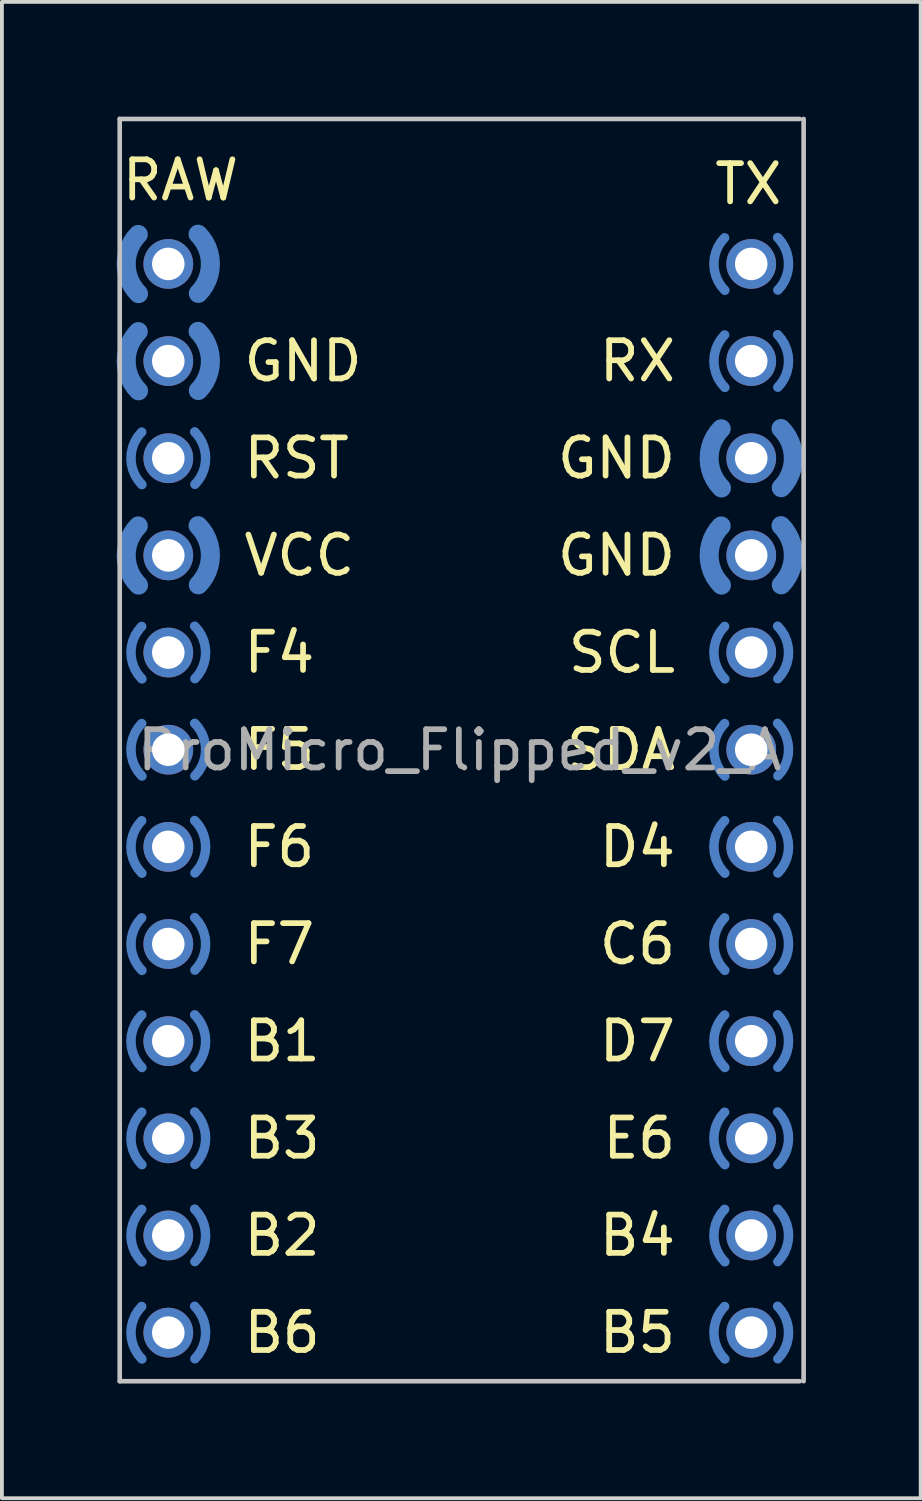
<source format=kicad_pcb>
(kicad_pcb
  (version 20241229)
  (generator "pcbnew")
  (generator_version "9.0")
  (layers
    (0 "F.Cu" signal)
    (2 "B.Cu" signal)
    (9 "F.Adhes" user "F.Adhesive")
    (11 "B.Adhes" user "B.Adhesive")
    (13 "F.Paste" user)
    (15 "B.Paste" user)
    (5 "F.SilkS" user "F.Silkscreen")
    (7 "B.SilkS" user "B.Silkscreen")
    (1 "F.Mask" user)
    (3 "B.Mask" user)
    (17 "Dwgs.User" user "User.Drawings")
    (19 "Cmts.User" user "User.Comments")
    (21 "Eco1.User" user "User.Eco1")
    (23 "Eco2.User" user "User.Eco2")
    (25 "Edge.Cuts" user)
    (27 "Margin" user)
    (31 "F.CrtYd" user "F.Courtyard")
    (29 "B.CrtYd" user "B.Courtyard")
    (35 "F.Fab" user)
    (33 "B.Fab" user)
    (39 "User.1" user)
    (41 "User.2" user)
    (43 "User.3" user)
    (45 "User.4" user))
  (footprint "ProMicro_Flipped_v2_A"
    (layer "F.Cu")
    (at 8.97 16.56)
    (property "Reference" "ProMicro_Flipped_v2_A" (at 0 0 0) (layer "F.Fab") (effects (font (size 1 1) (thickness 0.15))))
    (attr through_hole)
    (fp_line (start -8.89 -16.5) (end 8.89 -16.5) (stroke (width 0.12) (type solid)) (layer "Dwgs.User"))
    (fp_line (start -8.89 16.5) (end -8.89 -16.5) (stroke (width 0.12) (type solid)) (layer "Dwgs.User"))
    (fp_line (start 8.89 16.5) (end -8.89 16.5) (stroke (width 0.12) (type solid)) (layer "Dwgs.User"))
    (fp_line (start 8.99 16.5) (end 8.99 -16.5) (stroke (width 0.12) (type solid)) (layer "Dwgs.User"))
    (fp_text user "B2" (at -5.72 12.69 0) (layer "F.SilkS") (effects (font (size 1 1) (thickness 0.15)) (justify left)))
    (fp_text user "B5" (at 5.72 15.23 0) (layer "F.SilkS") (effects (font (size 1 1) (thickness 0.15)) (justify right)))
    (fp_text user "SCL" (at 5.72 -2.55 0) (layer "F.SilkS") (effects (font (size 1 1) (thickness 0.15)) (justify right)))
    (fp_text user "GND" (at 5.72 -5.09 0) (layer "F.SilkS") (effects (font (size 1 1) (thickness 0.15)) (justify right)))
    (fp_text user "SDA" (at 5.72 -0.01 0) (layer "F.SilkS") (effects (font (size 1 1) (thickness 0.15)) (justify right)))
    (fp_text user "E6" (at 5.72 10.15 0) (layer "F.SilkS") (effects (font (size 1 1) (thickness 0.15)) (justify right)))
    (fp_text user "B1" (at -5.72 7.61 0) (layer "F.SilkS") (effects (font (size 1 1) (thickness 0.15)) (justify left)))
    (fp_text user "F4" (at -5.72 -2.55 0) (layer "F.SilkS") (effects (font (size 1 1) (thickness 0.15)) (justify left)))
    (fp_text user "TX" (at 8.5 -14.8 0) (layer "F.SilkS") (effects (font (size 1 1) (thickness 0.15)) (justify right)))
    (fp_text user "RAW" (at -8.9 -14.9 0) (layer "F.SilkS") (effects (font (size 1 1) (thickness 0.15)) (justify left)))
    (fp_text user "GND" (at -5.72 -10.17 0) (layer "F.SilkS") (effects (font (size 1 1) (thickness 0.15)) (justify left)))
    (fp_text user "RX" (at 5.72 -10.17 0) (layer "F.SilkS") (effects (font (size 1 1) (thickness 0.15)) (justify right)))
    (fp_text user "RST" (at -5.72 -7.63 0) (layer "F.SilkS") (effects (font (size 1 1) (thickness 0.15)) (justify left)))
    (fp_text user "F5" (at -5.72 -0.01 0) (layer "F.SilkS") (effects (font (size 1 1) (thickness 0.15)) (justify left)))
    (fp_text user "GND" (at 5.72 -7.63 0) (layer "F.SilkS") (effects (font (size 1 1) (thickness 0.15)) (justify right)))
    (fp_text user "VCC" (at -5.72 -5.09 0) (layer "F.SilkS") (effects (font (size 1 1) (thickness 0.15)) (justify left)))
    (fp_text user "B6" (at -5.72 15.23 0) (layer "F.SilkS") (effects (font (size 1 1) (thickness 0.15)) (justify left)))
    (fp_text user "F6" (at -5.72 2.53 0) (layer "F.SilkS") (effects (font (size 1 1) (thickness 0.15)) (justify left)))
    (fp_text user "D7" (at 5.72 7.61 0) (layer "F.SilkS") (effects (font (size 1 1) (thickness 0.15)) (justify right)))
    (fp_text user "B3" (at -5.72 10.15 0) (layer "F.SilkS") (effects (font (size 1 1) (thickness 0.15)) (justify left)))
    (fp_text user "F7" (at -5.72 5.07 0) (layer "F.SilkS") (effects (font (size 1 1) (thickness 0.15)) (justify left)))
    (fp_text user "C6" (at 5.72 5.07 0) (layer "F.SilkS") (effects (font (size 1 1) (thickness 0.15)) (justify right)))
    (fp_text user "B4" (at 5.72 12.69 0) (layer "F.SilkS") (effects (font (size 1 1) (thickness 0.15)) (justify right)))
    (fp_text user "D4" (at 5.72 2.53 0) (layer "F.SilkS") (effects (font (size 1 1) (thickness 0.15)) (justify right)))
    (pad "" thru_hole circle (at -7.62 -12.71) (size 1.3 1.3) (drill 0.85) (layers "*.Cu" "*.Mask"))
    (pad "" thru_hole circle (at -7.62 -10.17) (size 1.3 1.3) (drill 0.85) (layers "*.Cu" "*.Mask"))
    (pad "" thru_hole circle (at -7.62 -7.63) (size 1.3 1.3) (drill 0.85) (layers "*.Cu" "*.Mask"))
    (pad "" thru_hole circle (at -7.62 -5.09) (size 1.3 1.3) (drill 0.85) (layers "*.Cu" "*.Mask"))
    (pad "" thru_hole circle (at -7.62 -2.55) (size 1.3 1.3) (drill 0.85) (layers "*.Cu" "*.Mask"))
    (pad "" thru_hole circle (at -7.62 -0.01) (size 1.3 1.3) (drill 0.85) (layers "*.Cu" "*.Mask"))
    (pad "" thru_hole circle (at -7.62 2.53) (size 1.3 1.3) (drill 0.85) (layers "*.Cu" "*.Mask"))
    (pad "" thru_hole circle (at -7.62 5.07) (size 1.3 1.3) (drill 0.85) (layers "*.Cu" "*.Mask"))
    (pad "" thru_hole circle (at -7.62 7.61) (size 1.3 1.3) (drill 0.85) (layers "*.Cu" "*.Mask"))
    (pad "" thru_hole circle (at -7.62 10.15) (size 1.3 1.3) (drill 0.85) (layers "*.Cu" "*.Mask"))
    (pad "" thru_hole circle (at -7.62 12.69) (size 1.3 1.3) (drill 0.85) (layers "*.Cu" "*.Mask"))
    (pad "" thru_hole circle (at -7.62 15.23) (size 1.3 1.3) (drill 0.85) (layers "*.Cu" "*.Mask"))
    (pad "" thru_hole circle (at 7.62 -12.71) (size 1.3 1.3) (drill 0.85) (layers "*.Cu" "*.Mask"))
    (pad "" thru_hole circle (at 7.62 -10.17) (size 1.3 1.3) (drill 0.85) (layers "*.Cu" "*.Mask"))
    (pad "" thru_hole circle (at 7.62 -7.63) (size 1.3 1.3) (drill 0.85) (layers "*.Cu" "*.Mask"))
    (pad "" thru_hole circle (at 7.62 -5.09) (size 1.3 1.3) (drill 0.85) (layers "*.Cu" "*.Mask"))
    (pad "" thru_hole circle (at 7.62 -2.55) (size 1.3 1.3) (drill 0.85) (layers "*.Cu" "*.Mask"))
    (pad "" thru_hole circle (at 7.62 -0.01) (size 1.3 1.3) (drill 0.85) (layers "*.Cu" "*.Mask"))
    (pad "" thru_hole circle (at 7.62 2.53) (size 1.3 1.3) (drill 0.85) (layers "*.Cu" "*.Mask"))
    (pad "" thru_hole circle (at 7.62 5.07) (size 1.3 1.3) (drill 0.85) (layers "*.Cu" "*.Mask"))
    (pad "" thru_hole circle (at 7.62 7.61) (size 1.3 1.3) (drill 0.85) (layers "*.Cu" "*.Mask"))
    (pad "" thru_hole circle (at 7.62 10.15) (size 1.3 1.3) (drill 0.85) (layers "*.Cu" "*.Mask"))
    (pad "" thru_hole circle (at 7.62 12.69) (size 1.3 1.3) (drill 0.85) (layers "*.Cu" "*.Mask"))
    (pad "" thru_hole circle (at 7.62 15.23) (size 1.3 1.3) (drill 0.85) (layers "*.Cu" "*.Mask"))
    (pad "1" smd custom (at 6.645 -12.71 180) (size 0.25 0.25) (layers "B.Cu" "B.Mask" "B.Paste") (options (anchor circle)) (primitives (gr_arc (start 0 0) (mid -0.072598 0.36918) (end -0.279579 0.683383) (width 0.25)) (gr_arc (start -0.285571 -0.689429) (mid -0.074543 -0.373899) (end -0.000002 -0.001696) (width 0.25))))
    (pad "1" smd custom (at 8.595 -12.71) (size 0.25 0.25) (layers "B.Cu" "B.Mask" "B.Paste") (options (anchor circle)) (primitives (gr_arc (start 0 0) (mid -0.072598 0.36918) (end -0.279579 0.683383) (width 0.25)) (gr_arc (start -0.285571 -0.689429) (mid -0.074543 -0.373899) (end -0.000002 -0.001696) (width 0.25))))
    (pad "2" smd custom (at 6.645 -10.17 180) (size 0.25 0.25) (layers "B.Cu" "B.Mask" "B.Paste") (options (anchor circle)) (primitives (gr_arc (start 0 0) (mid -0.072598 0.36918) (end -0.279579 0.683383) (width 0.25)) (gr_arc (start -0.285571 -0.689429) (mid -0.074543 -0.373899) (end -0.000002 -0.001696) (width 0.25))))
    (pad "2" smd custom (at 8.595 -10.17) (size 0.25 0.25) (layers "B.Cu" "B.Mask" "B.Paste") (options (anchor circle)) (primitives (gr_arc (start 0 0) (mid -0.072598 0.36918) (end -0.279579 0.683383) (width 0.25)) (gr_arc (start -0.285571 -0.689429) (mid -0.074543 -0.373899) (end -0.000002 -0.001696) (width 0.25))))
    (pad "3" smd custom (at 6.52 -7.63 180) (size 0.5 0.5) (layers "B.Cu" "B.Mask" "B.Paste") (options (anchor circle)) (primitives (gr_arc (start 0 0) (mid -0.081904 0.416511) (end -0.315421 0.770997) (width 0.5)) (gr_arc (start -0.322183 -0.777817) (mid -0.08558 -0.425382) (end -0.000043 -0.009599) (width 0.5))))
    (pad "3" smd custom (at 8.72 -7.63) (size 0.5 0.5) (layers "B.Cu" "B.Mask" "B.Paste") (options (anchor circle)) (primitives (gr_arc (start 0 0) (mid -0.081904 0.416511) (end -0.315421 0.770997) (width 0.5)) (gr_arc (start -0.322183 -0.777817) (mid -0.08558 -0.425382) (end -0.000043 -0.009599) (width 0.5))))
    (pad "4" smd custom (at 6.52 -5.09 180) (size 0.5 0.5) (layers "B.Cu" "B.Mask" "B.Paste") (options (anchor circle)) (primitives (gr_arc (start 0 0) (mid -0.081904 0.416511) (end -0.315421 0.770997) (width 0.5)) (gr_arc (start -0.322183 -0.777817) (mid -0.08558 -0.425382) (end -0.000043 -0.009599) (width 0.5))))
    (pad "4" smd custom (at 8.72 -5.09) (size 0.5 0.5) (layers "B.Cu" "B.Mask" "B.Paste") (options (anchor circle)) (primitives (gr_arc (start 0 0) (mid -0.081904 0.416511) (end -0.315421 0.770997) (width 0.5)) (gr_arc (start -0.322183 -0.777817) (mid -0.08558 -0.425382) (end -0.000043 -0.009599) (width 0.5))))
    (pad "5" smd custom (at 6.645 -2.55 180) (size 0.25 0.25) (layers "B.Cu" "B.Mask" "B.Paste") (options (anchor circle)) (primitives (gr_arc (start 0 0) (mid -0.072598 0.36918) (end -0.279579 0.683383) (width 0.25)) (gr_arc (start -0.285571 -0.689429) (mid -0.074543 -0.373899) (end -0.000002 -0.001696) (width 0.25))))
    (pad "5" smd custom (at 8.595 -2.55) (size 0.25 0.25) (layers "B.Cu" "B.Mask" "B.Paste") (options (anchor circle)) (primitives (gr_arc (start 0 0) (mid -0.072598 0.36918) (end -0.279579 0.683383) (width 0.25)) (gr_arc (start -0.285571 -0.689429) (mid -0.074543 -0.373899) (end -0.000002 -0.001696) (width 0.25))))
    (pad "6" smd custom (at 6.645 -0.01 180) (size 0.25 0.25) (layers "B.Cu" "B.Mask" "B.Paste") (options (anchor circle)) (primitives (gr_arc (start 0 0) (mid -0.072598 0.36918) (end -0.279579 0.683383) (width 0.25)) (gr_arc (start -0.285571 -0.689429) (mid -0.074543 -0.373899) (end -0.000002 -0.001696) (width 0.25))))
    (pad "6" smd custom (at 8.595 -0.01) (size 0.25 0.25) (layers "B.Cu" "B.Mask" "B.Paste") (options (anchor circle)) (primitives (gr_arc (start 0 0) (mid -0.072598 0.36918) (end -0.279579 0.683383) (width 0.25)) (gr_arc (start -0.285571 -0.689429) (mid -0.074543 -0.373899) (end -0.000002 -0.001696) (width 0.25))))
    (pad "7" smd custom (at 6.645 2.53 180) (size 0.25 0.25) (layers "B.Cu" "B.Mask" "B.Paste") (options (anchor circle)) (primitives (gr_arc (start 0 0) (mid -0.072598 0.36918) (end -0.279579 0.683383) (width 0.25)) (gr_arc (start -0.285571 -0.689429) (mid -0.074543 -0.373899) (end -0.000002 -0.001696) (width 0.25))))
    (pad "7" smd custom (at 8.595 2.53) (size 0.25 0.25) (layers "B.Cu" "B.Mask" "B.Paste") (options (anchor circle)) (primitives (gr_arc (start 0 0) (mid -0.072598 0.36918) (end -0.279579 0.683383) (width 0.25)) (gr_arc (start -0.285571 -0.689429) (mid -0.074543 -0.373899) (end -0.000002 -0.001696) (width 0.25))))
    (pad "8" smd custom (at 6.645 5.07 180) (size 0.25 0.25) (layers "B.Cu" "B.Mask" "B.Paste") (options (anchor circle)) (primitives (gr_arc (start 0 0) (mid -0.072598 0.36918) (end -0.279579 0.683383) (width 0.25)) (gr_arc (start -0.285571 -0.689429) (mid -0.074543 -0.373899) (end -0.000002 -0.001696) (width 0.25))))
    (pad "8" smd custom (at 8.595 5.07) (size 0.25 0.25) (layers "B.Cu" "B.Mask" "B.Paste") (options (anchor circle)) (primitives (gr_arc (start 0 0) (mid -0.072598 0.36918) (end -0.279579 0.683383) (width 0.25)) (gr_arc (start -0.285571 -0.689429) (mid -0.074543 -0.373899) (end -0.000002 -0.001696) (width 0.25))))
    (pad "9" smd custom (at 6.645 7.61 180) (size 0.25 0.25) (layers "B.Cu" "B.Mask" "B.Paste") (options (anchor circle)) (primitives (gr_arc (start 0 0) (mid -0.072598 0.36918) (end -0.279579 0.683383) (width 0.25)) (gr_arc (start -0.285571 -0.689429) (mid -0.074543 -0.373899) (end -0.000002 -0.001696) (width 0.25))))
    (pad "9" smd custom (at 8.595 7.61) (size 0.25 0.25) (layers "B.Cu" "B.Mask" "B.Paste") (options (anchor circle)) (primitives (gr_arc (start 0 0) (mid -0.072598 0.36918) (end -0.279579 0.683383) (width 0.25)) (gr_arc (start -0.285571 -0.689429) (mid -0.074543 -0.373899) (end -0.000002 -0.001696) (width 0.25))))
    (pad "10" smd custom (at 6.645 10.15 180) (size 0.25 0.25) (layers "B.Cu" "B.Mask" "B.Paste") (options (anchor circle)) (primitives (gr_arc (start 0 0) (mid -0.072598 0.36918) (end -0.279579 0.683383) (width 0.25)) (gr_arc (start -0.285571 -0.689429) (mid -0.074543 -0.373899) (end -0.000002 -0.001696) (width 0.25))))
    (pad "10" smd custom (at 8.595 10.15) (size 0.25 0.25) (layers "B.Cu" "B.Mask" "B.Paste") (options (anchor circle)) (primitives (gr_arc (start 0 0) (mid -0.072598 0.36918) (end -0.279579 0.683383) (width 0.25)) (gr_arc (start -0.285571 -0.689429) (mid -0.074543 -0.373899) (end -0.000002 -0.001696) (width 0.25))))
    (pad "11" smd custom (at 6.645 12.69 180) (size 0.25 0.25) (layers "B.Cu" "B.Mask" "B.Paste") (options (anchor circle)) (primitives (gr_arc (start 0 0) (mid -0.072598 0.36918) (end -0.279579 0.683383) (width 0.25)) (gr_arc (start -0.285571 -0.689429) (mid -0.074543 -0.373899) (end -0.000002 -0.001696) (width 0.25))))
    (pad "11" smd custom (at 8.595 12.69) (size 0.25 0.25) (layers "B.Cu" "B.Mask" "B.Paste") (options (anchor circle)) (primitives (gr_arc (start 0 0) (mid -0.072598 0.36918) (end -0.279579 0.683383) (width 0.25)) (gr_arc (start -0.285571 -0.689429) (mid -0.074543 -0.373899) (end -0.000002 -0.001696) (width 0.25))))
    (pad "12" smd custom (at 6.645 15.23 180) (size 0.25 0.25) (layers "B.Cu" "B.Mask" "B.Paste") (options (anchor circle)) (primitives (gr_arc (start 0 0) (mid -0.072598 0.36918) (end -0.279579 0.683383) (width 0.25)) (gr_arc (start -0.285571 -0.689429) (mid -0.074543 -0.373899) (end -0.000002 -0.001696) (width 0.25))))
    (pad "12" smd custom (at 8.595 15.23) (size 0.25 0.25) (layers "B.Cu" "B.Mask" "B.Paste") (options (anchor circle)) (primitives (gr_arc (start 0 0) (mid -0.072598 0.36918) (end -0.279579 0.683383) (width 0.25)) (gr_arc (start -0.285571 -0.689429) (mid -0.074543 -0.373899) (end -0.000002 -0.001696) (width 0.25))))
    (pad "13" smd custom (at -8.595 15.23 180) (size 0.25 0.25) (layers "B.Cu" "B.Mask" "B.Paste") (options (anchor circle)) (primitives (gr_arc (start 0 0) (mid -0.072598 0.36918) (end -0.279579 0.683383) (width 0.25)) (gr_arc (start -0.285571 -0.689429) (mid -0.074543 -0.373899) (end -0.000002 -0.001696) (width 0.25))))
    (pad "13" smd custom (at -6.645 15.23) (size 0.25 0.25) (layers "B.Cu" "B.Mask" "B.Paste") (options (anchor circle)) (primitives (gr_arc (start 0 0) (mid -0.072598 0.36918) (end -0.279579 0.683383) (width 0.25)) (gr_arc (start -0.285571 -0.689429) (mid -0.074543 -0.373899) (end -0.000002 -0.001696) (width 0.25))))
    (pad "14" smd custom (at -8.595 12.69 180) (size 0.25 0.25) (layers "B.Cu" "B.Mask" "B.Paste") (options (anchor circle)) (primitives (gr_arc (start 0 0) (mid -0.072598 0.36918) (end -0.279579 0.683383) (width 0.25)) (gr_arc (start -0.285571 -0.689429) (mid -0.074543 -0.373899) (end -0.000002 -0.001696) (width 0.25))))
    (pad "14" smd custom (at -6.645 12.69) (size 0.25 0.25) (layers "B.Cu" "B.Mask" "B.Paste") (options (anchor circle)) (primitives (gr_arc (start 0 0) (mid -0.072598 0.36918) (end -0.279579 0.683383) (width 0.25)) (gr_arc (start -0.285571 -0.689429) (mid -0.074543 -0.373899) (end -0.000002 -0.001696) (width 0.25))))
    (pad "15" smd custom (at -8.595 10.15 180) (size 0.25 0.25) (layers "B.Cu" "B.Mask" "B.Paste") (options (anchor circle)) (primitives (gr_arc (start 0 0) (mid -0.072598 0.36918) (end -0.279579 0.683383) (width 0.25)) (gr_arc (start -0.285571 -0.689429) (mid -0.074543 -0.373899) (end -0.000002 -0.001696) (width 0.25))))
    (pad "15" smd custom (at -6.645 10.15) (size 0.25 0.25) (layers "B.Cu" "B.Mask" "B.Paste") (options (anchor circle)) (primitives (gr_arc (start 0 0) (mid -0.072598 0.36918) (end -0.279579 0.683383) (width 0.25)) (gr_arc (start -0.285571 -0.689429) (mid -0.074543 -0.373899) (end -0.000002 -0.001696) (width 0.25))))
    (pad "16" smd custom (at -8.595 7.61 180) (size 0.25 0.25) (layers "B.Cu" "B.Mask" "B.Paste") (options (anchor circle)) (primitives (gr_arc (start 0 0) (mid -0.072598 0.36918) (end -0.279579 0.683383) (width 0.25)) (gr_arc (start -0.285571 -0.689429) (mid -0.074543 -0.373899) (end -0.000002 -0.001696) (width 0.25))))
    (pad "16" smd custom (at -6.645 7.61) (size 0.25 0.25) (layers "B.Cu" "B.Mask" "B.Paste") (options (anchor circle)) (primitives (gr_arc (start 0 0) (mid -0.072598 0.36918) (end -0.279579 0.683383) (width 0.25)) (gr_arc (start -0.285571 -0.689429) (mid -0.074543 -0.373899) (end -0.000002 -0.001696) (width 0.25))))
    (pad "17" smd custom (at -8.595 5.07 180) (size 0.25 0.25) (layers "B.Cu" "B.Mask" "B.Paste") (options (anchor circle)) (primitives (gr_arc (start 0 0) (mid -0.072598 0.36918) (end -0.279579 0.683383) (width 0.25)) (gr_arc (start -0.285571 -0.689429) (mid -0.074543 -0.373899) (end -0.000002 -0.001696) (width 0.25))))
    (pad "17" smd custom (at -6.645 5.07) (size 0.25 0.25) (layers "B.Cu" "B.Mask" "B.Paste") (options (anchor circle)) (primitives (gr_arc (start 0 0) (mid -0.072598 0.36918) (end -0.279579 0.683383) (width 0.25)) (gr_arc (start -0.285571 -0.689429) (mid -0.074543 -0.373899) (end -0.000002 -0.001696) (width 0.25))))
    (pad "18" smd custom (at -8.595 2.53 180) (size 0.25 0.25) (layers "B.Cu" "B.Mask" "B.Paste") (options (anchor circle)) (primitives (gr_arc (start 0 0) (mid -0.072598 0.36918) (end -0.279579 0.683383) (width 0.25)) (gr_arc (start -0.285571 -0.689429) (mid -0.074543 -0.373899) (end -0.000002 -0.001696) (width 0.25))))
    (pad "18" smd custom (at -6.645 2.53) (size 0.25 0.25) (layers "B.Cu" "B.Mask" "B.Paste") (options (anchor circle)) (primitives (gr_arc (start 0 0) (mid -0.072598 0.36918) (end -0.279579 0.683383) (width 0.25)) (gr_arc (start -0.285571 -0.689429) (mid -0.074543 -0.373899) (end -0.000002 -0.001696) (width 0.25))))
    (pad "19" smd custom (at -8.595 -0.01 180) (size 0.25 0.25) (layers "B.Cu" "B.Mask" "B.Paste") (options (anchor circle)) (primitives (gr_arc (start 0 0) (mid -0.072598 0.36918) (end -0.279579 0.683383) (width 0.25)) (gr_arc (start -0.285571 -0.689429) (mid -0.074543 -0.373899) (end -0.000002 -0.001696) (width 0.25))))
    (pad "19" smd custom (at -6.645 -0.01) (size 0.25 0.25) (layers "B.Cu" "B.Mask" "B.Paste") (options (anchor circle)) (primitives (gr_arc (start 0 0) (mid -0.072598 0.36918) (end -0.279579 0.683383) (width 0.25)) (gr_arc (start -0.285571 -0.689429) (mid -0.074543 -0.373899) (end -0.000002 -0.001696) (width 0.25))))
    (pad "20" smd custom (at -8.595 -2.55 180) (size 0.25 0.25) (layers "B.Cu" "B.Mask" "B.Paste") (options (anchor circle)) (primitives (gr_arc (start 0 0) (mid -0.072598 0.36918) (end -0.279579 0.683383) (width 0.25)) (gr_arc (start -0.285571 -0.689429) (mid -0.074543 -0.373899) (end -0.000002 -0.001696) (width 0.25))))
    (pad "20" smd custom (at -6.645 -2.55) (size 0.25 0.25) (layers "B.Cu" "B.Mask" "B.Paste") (options (anchor circle)) (primitives (gr_arc (start 0 0) (mid -0.072598 0.36918) (end -0.279579 0.683383) (width 0.25)) (gr_arc (start -0.285571 -0.689429) (mid -0.074543 -0.373899) (end -0.000002 -0.001696) (width 0.25))))
    (pad "21" smd custom (at -8.72 -5.09 180) (size 0.5 0.5) (layers "B.Cu" "B.Mask" "B.Paste") (options (anchor circle)) (primitives (gr_arc (start 0 0) (mid -0.081904 0.416511) (end -0.315421 0.770997) (width 0.5)) (gr_arc (start -0.322183 -0.777817) (mid -0.08558 -0.425382) (end -0.000043 -0.009599) (width 0.5))))
    (pad "21" smd custom (at -6.52 -5.09) (size 0.5 0.5) (layers "B.Cu" "B.Mask" "B.Paste") (options (anchor circle)) (primitives (gr_arc (start 0 0) (mid -0.081904 0.416511) (end -0.315421 0.770997) (width 0.5)) (gr_arc (start -0.322183 -0.777817) (mid -0.08558 -0.425382) (end -0.000043 -0.009599) (width 0.5))))
    (pad "22" smd custom (at -8.595 -7.63 180) (size 0.25 0.25) (layers "B.Cu" "B.Mask" "B.Paste") (options (anchor circle)) (primitives (gr_arc (start 0 0) (mid -0.072598 0.36918) (end -0.279579 0.683383) (width 0.25)) (gr_arc (start -0.285571 -0.689429) (mid -0.074543 -0.373899) (end -0.000002 -0.001696) (width 0.25))))
    (pad "22" smd custom (at -6.645 -7.63) (size 0.25 0.25) (layers "B.Cu" "B.Mask" "B.Paste") (options (anchor circle)) (primitives (gr_arc (start 0 0) (mid -0.072598 0.36918) (end -0.279579 0.683383) (width 0.25)) (gr_arc (start -0.285571 -0.689429) (mid -0.074543 -0.373899) (end -0.000002 -0.001696) (width 0.25))))
    (pad "23" smd custom (at -8.72 -10.17 180) (size 0.5 0.5) (layers "B.Cu" "B.Mask" "B.Paste") (options (anchor circle)) (primitives (gr_arc (start 0 0) (mid -0.081904 0.416511) (end -0.315421 0.770997) (width 0.5)) (gr_arc (start -0.322183 -0.777817) (mid -0.08558 -0.425382) (end -0.000043 -0.009599) (width 0.5))))
    (pad "23" smd custom (at -6.52 -10.17) (size 0.5 0.5) (layers "B.Cu" "B.Mask" "B.Paste") (options (anchor circle)) (primitives (gr_arc (start 0 0) (mid -0.081904 0.416511) (end -0.315421 0.770997) (width 0.5)) (gr_arc (start -0.322183 -0.777817) (mid -0.08558 -0.425382) (end -0.000043 -0.009599) (width 0.5))))
    (pad "24" smd custom (at -8.72 -12.71 180) (size 0.5 0.5) (layers "B.Cu" "B.Mask" "B.Paste") (options (anchor circle)) (primitives (gr_arc (start 0 0) (mid -0.081904 0.416511) (end -0.315421 0.770997) (width 0.5)) (gr_arc (start -0.322183 -0.777817) (mid -0.08558 -0.425382) (end -0.000043 -0.009599) (width 0.5))))
    (pad "24" smd custom (at -6.52 -12.71) (size 0.5 0.5) (layers "B.Cu" "B.Mask" "B.Paste") (options (anchor circle)) (primitives (gr_arc (start 0 0) (mid -0.081904 0.416511) (end -0.315421 0.770997) (width 0.5)) (gr_arc (start -0.322183 -0.777817) (mid -0.08558 -0.425382) (end -0.000043 -0.009599) (width 0.5)))))
  (gr_rect
    (start -3 -3)
    (end 21.02 36.12)
    (stroke (width 0.1) (type default))
    (fill no)
    (layer "Edge.Cuts")))
</source>
